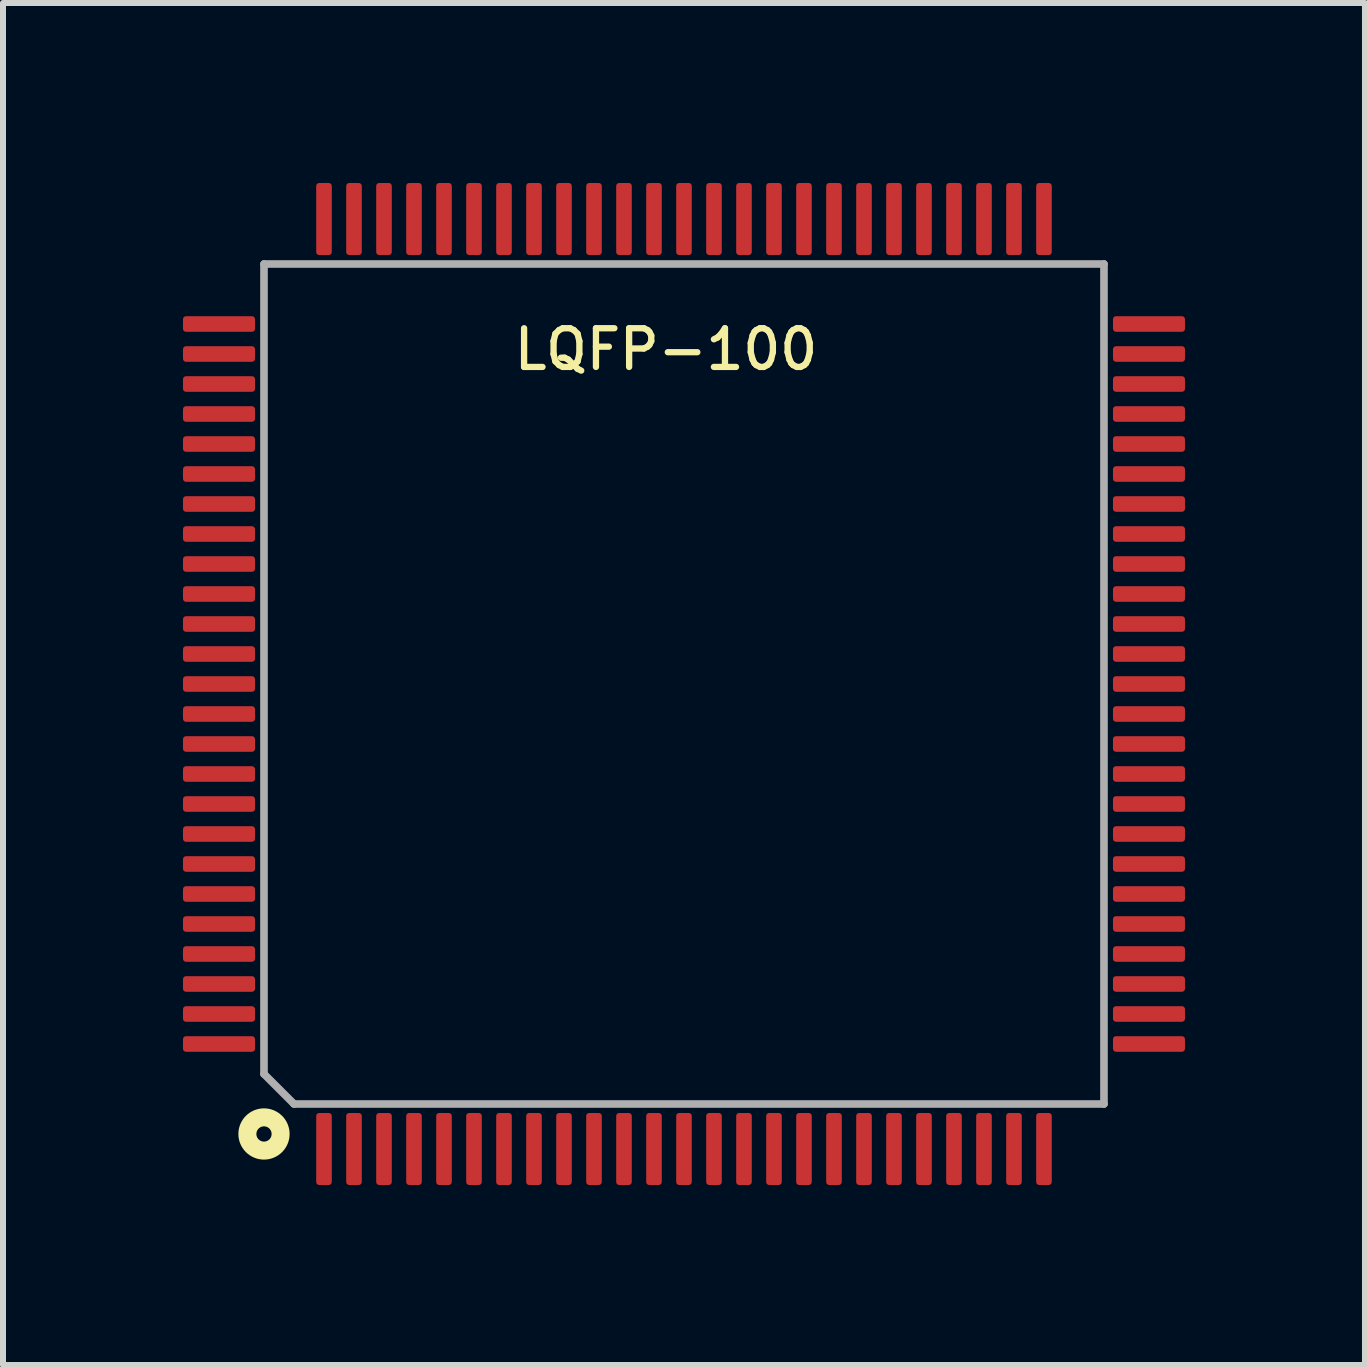
<source format=kicad_pcb>
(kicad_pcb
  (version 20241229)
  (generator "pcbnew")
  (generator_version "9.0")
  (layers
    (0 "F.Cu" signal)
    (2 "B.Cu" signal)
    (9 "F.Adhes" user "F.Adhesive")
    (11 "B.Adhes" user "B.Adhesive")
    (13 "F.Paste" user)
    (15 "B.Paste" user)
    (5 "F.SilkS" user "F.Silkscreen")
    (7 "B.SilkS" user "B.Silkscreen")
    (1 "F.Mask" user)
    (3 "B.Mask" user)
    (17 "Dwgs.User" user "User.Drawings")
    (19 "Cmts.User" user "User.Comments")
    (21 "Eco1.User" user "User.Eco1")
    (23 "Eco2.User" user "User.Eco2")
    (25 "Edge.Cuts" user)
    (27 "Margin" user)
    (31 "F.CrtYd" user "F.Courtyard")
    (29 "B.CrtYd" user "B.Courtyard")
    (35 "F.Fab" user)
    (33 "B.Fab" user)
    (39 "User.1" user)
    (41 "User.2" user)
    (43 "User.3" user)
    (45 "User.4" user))
  (footprint "LQFP-100"
    (layer "F.Cu")
    (at 8.35 8.35)
    (property "Reference" "LQFP-100" (at -0.3 -5.2 0) (layer "F.SilkS") (effects (font (size 0.645 0.645) (thickness 0.105)) (justify bottom)))
    (fp_circle (center -7 7.5) (end -6.873 7.5) (stroke (width 0.3) (type solid)) (fill no) (layer "F.SilkS"))
    (fp_line (start -7 -7) (end 7 -7) (stroke (width 0.127) (type solid)) (layer "F.Fab"))
    (fp_line (start -7 6.5) (end -7 -7) (stroke (width 0.127) (type solid)) (layer "F.Fab"))
    (fp_line (start -6.5 7) (end -7 6.5) (stroke (width 0.127) (type solid)) (layer "F.Fab"))
    (fp_line (start 7 -7) (end 7 7) (stroke (width 0.127) (type solid)) (layer "F.Fab"))
    (fp_line (start 7 7) (end -6.5 7) (stroke (width 0.127) (type solid)) (layer "F.Fab"))
    (pad "1" smd roundrect (at -6 7.75 180) (size 0.26 1.2) (layers "F.Cu" "F.Mask" "F.Paste") (roundrect_rratio 0.192))
    (pad "2" smd roundrect (at -5.5 7.75 180) (size 0.26 1.2) (layers "F.Cu" "F.Mask" "F.Paste") (roundrect_rratio 0.192))
    (pad "3" smd roundrect (at -5 7.75 180) (size 0.26 1.2) (layers "F.Cu" "F.Mask" "F.Paste") (roundrect_rratio 0.192))
    (pad "4" smd roundrect (at -4.5 7.75 180) (size 0.26 1.2) (layers "F.Cu" "F.Mask" "F.Paste") (roundrect_rratio 0.192))
    (pad "5" smd roundrect (at -4 7.75 180) (size 0.26 1.2) (layers "F.Cu" "F.Mask" "F.Paste") (roundrect_rratio 0.192))
    (pad "6" smd roundrect (at -3.5 7.75 180) (size 0.26 1.2) (layers "F.Cu" "F.Mask" "F.Paste") (roundrect_rratio 0.192))
    (pad "7" smd roundrect (at -3 7.75 180) (size 0.26 1.2) (layers "F.Cu" "F.Mask" "F.Paste") (roundrect_rratio 0.192))
    (pad "8" smd roundrect (at -2.5 7.75 180) (size 0.26 1.2) (layers "F.Cu" "F.Mask" "F.Paste") (roundrect_rratio 0.192))
    (pad "9" smd roundrect (at -2 7.75 180) (size 0.26 1.2) (layers "F.Cu" "F.Mask" "F.Paste") (roundrect_rratio 0.192))
    (pad "10" smd roundrect (at -1.5 7.75 180) (size 0.26 1.2) (layers "F.Cu" "F.Mask" "F.Paste") (roundrect_rratio 0.192))
    (pad "11" smd roundrect (at -1 7.75 180) (size 0.26 1.2) (layers "F.Cu" "F.Mask" "F.Paste") (roundrect_rratio 0.192))
    (pad "12" smd roundrect (at -0.5 7.75 180) (size 0.26 1.2) (layers "F.Cu" "F.Mask" "F.Paste") (roundrect_rratio 0.192))
    (pad "13" smd roundrect (at 0 7.75 180) (size 0.26 1.2) (layers "F.Cu" "F.Mask" "F.Paste") (roundrect_rratio 0.192))
    (pad "14" smd roundrect (at 0.5 7.75 180) (size 0.26 1.2) (layers "F.Cu" "F.Mask" "F.Paste") (roundrect_rratio 0.192))
    (pad "15" smd roundrect (at 1 7.75 180) (size 0.26 1.2) (layers "F.Cu" "F.Mask" "F.Paste") (roundrect_rratio 0.192))
    (pad "16" smd roundrect (at 1.5 7.75 180) (size 0.26 1.2) (layers "F.Cu" "F.Mask" "F.Paste") (roundrect_rratio 0.192))
    (pad "17" smd roundrect (at 2 7.75 180) (size 0.26 1.2) (layers "F.Cu" "F.Mask" "F.Paste") (roundrect_rratio 0.192))
    (pad "18" smd roundrect (at 2.5 7.75 180) (size 0.26 1.2) (layers "F.Cu" "F.Mask" "F.Paste") (roundrect_rratio 0.192))
    (pad "19" smd roundrect (at 3 7.75 180) (size 0.26 1.2) (layers "F.Cu" "F.Mask" "F.Paste") (roundrect_rratio 0.192))
    (pad "20" smd roundrect (at 3.5 7.75 180) (size 0.26 1.2) (layers "F.Cu" "F.Mask" "F.Paste") (roundrect_rratio 0.192))
    (pad "21" smd roundrect (at 4 7.75 180) (size 0.26 1.2) (layers "F.Cu" "F.Mask" "F.Paste") (roundrect_rratio 0.192))
    (pad "22" smd roundrect (at 4.5 7.75 180) (size 0.26 1.2) (layers "F.Cu" "F.Mask" "F.Paste") (roundrect_rratio 0.192))
    (pad "23" smd roundrect (at 5 7.75 180) (size 0.26 1.2) (layers "F.Cu" "F.Mask" "F.Paste") (roundrect_rratio 0.192))
    (pad "24" smd roundrect (at 5.5 7.75 180) (size 0.26 1.2) (layers "F.Cu" "F.Mask" "F.Paste") (roundrect_rratio 0.192))
    (pad "25" smd roundrect (at 6 7.75 180) (size 0.26 1.2) (layers "F.Cu" "F.Mask" "F.Paste") (roundrect_rratio 0.192))
    (pad "26" smd roundrect (at 7.75 6 270) (size 0.26 1.2) (layers "F.Cu" "F.Mask" "F.Paste") (roundrect_rratio 0.192))
    (pad "27" smd roundrect (at 7.75 5.5 270) (size 0.26 1.2) (layers "F.Cu" "F.Mask" "F.Paste") (roundrect_rratio 0.192))
    (pad "28" smd roundrect (at 7.75 5 270) (size 0.26 1.2) (layers "F.Cu" "F.Mask" "F.Paste") (roundrect_rratio 0.192))
    (pad "29" smd roundrect (at 7.75 4.5 270) (size 0.26 1.2) (layers "F.Cu" "F.Mask" "F.Paste") (roundrect_rratio 0.192))
    (pad "30" smd roundrect (at 7.75 4 270) (size 0.26 1.2) (layers "F.Cu" "F.Mask" "F.Paste") (roundrect_rratio 0.192))
    (pad "31" smd roundrect (at 7.75 3.5 270) (size 0.26 1.2) (layers "F.Cu" "F.Mask" "F.Paste") (roundrect_rratio 0.192))
    (pad "32" smd roundrect (at 7.75 3 270) (size 0.26 1.2) (layers "F.Cu" "F.Mask" "F.Paste") (roundrect_rratio 0.192))
    (pad "33" smd roundrect (at 7.75 2.5 270) (size 0.26 1.2) (layers "F.Cu" "F.Mask" "F.Paste") (roundrect_rratio 0.192))
    (pad "34" smd roundrect (at 7.75 2 270) (size 0.26 1.2) (layers "F.Cu" "F.Mask" "F.Paste") (roundrect_rratio 0.192))
    (pad "35" smd roundrect (at 7.75 1.5 270) (size 0.26 1.2) (layers "F.Cu" "F.Mask" "F.Paste") (roundrect_rratio 0.192))
    (pad "36" smd roundrect (at 7.75 1 270) (size 0.26 1.2) (layers "F.Cu" "F.Mask" "F.Paste") (roundrect_rratio 0.192))
    (pad "37" smd roundrect (at 7.75 0.5 270) (size 0.26 1.2) (layers "F.Cu" "F.Mask" "F.Paste") (roundrect_rratio 0.192))
    (pad "38" smd roundrect (at 7.75 0 270) (size 0.26 1.2) (layers "F.Cu" "F.Mask" "F.Paste") (roundrect_rratio 0.192))
    (pad "39" smd roundrect (at 7.75 -0.5 270) (size 0.26 1.2) (layers "F.Cu" "F.Mask" "F.Paste") (roundrect_rratio 0.192))
    (pad "40" smd roundrect (at 7.75 -1 270) (size 0.26 1.2) (layers "F.Cu" "F.Mask" "F.Paste") (roundrect_rratio 0.192))
    (pad "41" smd roundrect (at 7.75 -1.5 270) (size 0.26 1.2) (layers "F.Cu" "F.Mask" "F.Paste") (roundrect_rratio 0.192))
    (pad "42" smd roundrect (at 7.75 -2 270) (size 0.26 1.2) (layers "F.Cu" "F.Mask" "F.Paste") (roundrect_rratio 0.192))
    (pad "43" smd roundrect (at 7.75 -2.5 270) (size 0.26 1.2) (layers "F.Cu" "F.Mask" "F.Paste") (roundrect_rratio 0.192))
    (pad "44" smd roundrect (at 7.75 -3 270) (size 0.26 1.2) (layers "F.Cu" "F.Mask" "F.Paste") (roundrect_rratio 0.192))
    (pad "45" smd roundrect (at 7.75 -3.5 270) (size 0.26 1.2) (layers "F.Cu" "F.Mask" "F.Paste") (roundrect_rratio 0.192))
    (pad "46" smd roundrect (at 7.75 -4 270) (size 0.26 1.2) (layers "F.Cu" "F.Mask" "F.Paste") (roundrect_rratio 0.192))
    (pad "47" smd roundrect (at 7.75 -4.5 270) (size 0.26 1.2) (layers "F.Cu" "F.Mask" "F.Paste") (roundrect_rratio 0.192))
    (pad "48" smd roundrect (at 7.75 -5 270) (size 0.26 1.2) (layers "F.Cu" "F.Mask" "F.Paste") (roundrect_rratio 0.192))
    (pad "49" smd roundrect (at 7.75 -5.5 270) (size 0.26 1.2) (layers "F.Cu" "F.Mask" "F.Paste") (roundrect_rratio 0.192))
    (pad "50" smd roundrect (at 7.75 -6 270) (size 0.26 1.2) (layers "F.Cu" "F.Mask" "F.Paste") (roundrect_rratio 0.192))
    (pad "51" smd roundrect (at 6 -7.75) (size 0.26 1.2) (layers "F.Cu" "F.Mask" "F.Paste") (roundrect_rratio 0.192))
    (pad "52" smd roundrect (at 5.5 -7.75) (size 0.26 1.2) (layers "F.Cu" "F.Mask" "F.Paste") (roundrect_rratio 0.192))
    (pad "53" smd roundrect (at 5 -7.75) (size 0.26 1.2) (layers "F.Cu" "F.Mask" "F.Paste") (roundrect_rratio 0.192))
    (pad "54" smd roundrect (at 4.5 -7.75) (size 0.26 1.2) (layers "F.Cu" "F.Mask" "F.Paste") (roundrect_rratio 0.192))
    (pad "55" smd roundrect (at 4 -7.75) (size 0.26 1.2) (layers "F.Cu" "F.Mask" "F.Paste") (roundrect_rratio 0.192))
    (pad "56" smd roundrect (at 3.5 -7.75) (size 0.26 1.2) (layers "F.Cu" "F.Mask" "F.Paste") (roundrect_rratio 0.192))
    (pad "57" smd roundrect (at 3 -7.75) (size 0.26 1.2) (layers "F.Cu" "F.Mask" "F.Paste") (roundrect_rratio 0.192))
    (pad "58" smd roundrect (at 2.5 -7.75) (size 0.26 1.2) (layers "F.Cu" "F.Mask" "F.Paste") (roundrect_rratio 0.192))
    (pad "59" smd roundrect (at 2 -7.75) (size 0.26 1.2) (layers "F.Cu" "F.Mask" "F.Paste") (roundrect_rratio 0.192))
    (pad "60" smd roundrect (at 1.5 -7.75) (size 0.26 1.2) (layers "F.Cu" "F.Mask" "F.Paste") (roundrect_rratio 0.192))
    (pad "61" smd roundrect (at 1 -7.75) (size 0.26 1.2) (layers "F.Cu" "F.Mask" "F.Paste") (roundrect_rratio 0.192))
    (pad "62" smd roundrect (at 0.5 -7.75) (size 0.26 1.2) (layers "F.Cu" "F.Mask" "F.Paste") (roundrect_rratio 0.192))
    (pad "63" smd roundrect (at 0 -7.75) (size 0.26 1.2) (layers "F.Cu" "F.Mask" "F.Paste") (roundrect_rratio 0.192))
    (pad "64" smd roundrect (at -0.5 -7.75) (size 0.26 1.2) (layers "F.Cu" "F.Mask" "F.Paste") (roundrect_rratio 0.192))
    (pad "65" smd roundrect (at -1 -7.75) (size 0.26 1.2) (layers "F.Cu" "F.Mask" "F.Paste") (roundrect_rratio 0.192))
    (pad "66" smd roundrect (at -1.5 -7.75) (size 0.26 1.2) (layers "F.Cu" "F.Mask" "F.Paste") (roundrect_rratio 0.192))
    (pad "67" smd roundrect (at -2 -7.75) (size 0.26 1.2) (layers "F.Cu" "F.Mask" "F.Paste") (roundrect_rratio 0.192))
    (pad "68" smd roundrect (at -2.5 -7.75) (size 0.26 1.2) (layers "F.Cu" "F.Mask" "F.Paste") (roundrect_rratio 0.192))
    (pad "69" smd roundrect (at -3 -7.75) (size 0.26 1.2) (layers "F.Cu" "F.Mask" "F.Paste") (roundrect_rratio 0.192))
    (pad "70" smd roundrect (at -3.5 -7.75) (size 0.26 1.2) (layers "F.Cu" "F.Mask" "F.Paste") (roundrect_rratio 0.192))
    (pad "71" smd roundrect (at -4 -7.75) (size 0.26 1.2) (layers "F.Cu" "F.Mask" "F.Paste") (roundrect_rratio 0.192))
    (pad "72" smd roundrect (at -4.5 -7.75) (size 0.26 1.2) (layers "F.Cu" "F.Mask" "F.Paste") (roundrect_rratio 0.192))
    (pad "73" smd roundrect (at -5 -7.75) (size 0.26 1.2) (layers "F.Cu" "F.Mask" "F.Paste") (roundrect_rratio 0.192))
    (pad "74" smd roundrect (at -5.5 -7.75) (size 0.26 1.2) (layers "F.Cu" "F.Mask" "F.Paste") (roundrect_rratio 0.192))
    (pad "75" smd roundrect (at -6 -7.75) (size 0.26 1.2) (layers "F.Cu" "F.Mask" "F.Paste") (roundrect_rratio 0.192))
    (pad "76" smd roundrect (at -7.75 -6 90) (size 0.26 1.2) (layers "F.Cu" "F.Mask" "F.Paste") (roundrect_rratio 0.192))
    (pad "77" smd roundrect (at -7.75 -5.5 90) (size 0.26 1.2) (layers "F.Cu" "F.Mask" "F.Paste") (roundrect_rratio 0.192))
    (pad "78" smd roundrect (at -7.75 -5 90) (size 0.26 1.2) (layers "F.Cu" "F.Mask" "F.Paste") (roundrect_rratio 0.192))
    (pad "79" smd roundrect (at -7.75 -4.5 90) (size 0.26 1.2) (layers "F.Cu" "F.Mask" "F.Paste") (roundrect_rratio 0.192))
    (pad "80" smd roundrect (at -7.75 -4 90) (size 0.26 1.2) (layers "F.Cu" "F.Mask" "F.Paste") (roundrect_rratio 0.192))
    (pad "81" smd roundrect (at -7.75 -3.5 90) (size 0.26 1.2) (layers "F.Cu" "F.Mask" "F.Paste") (roundrect_rratio 0.192))
    (pad "82" smd roundrect (at -7.75 -3 90) (size 0.26 1.2) (layers "F.Cu" "F.Mask" "F.Paste") (roundrect_rratio 0.192))
    (pad "83" smd roundrect (at -7.75 -2.5 90) (size 0.26 1.2) (layers "F.Cu" "F.Mask" "F.Paste") (roundrect_rratio 0.192))
    (pad "84" smd roundrect (at -7.75 -2 90) (size 0.26 1.2) (layers "F.Cu" "F.Mask" "F.Paste") (roundrect_rratio 0.192))
    (pad "85" smd roundrect (at -7.75 -1.5 90) (size 0.26 1.2) (layers "F.Cu" "F.Mask" "F.Paste") (roundrect_rratio 0.192))
    (pad "86" smd roundrect (at -7.75 -1 90) (size 0.26 1.2) (layers "F.Cu" "F.Mask" "F.Paste") (roundrect_rratio 0.192))
    (pad "87" smd roundrect (at -7.75 -0.5 90) (size 0.26 1.2) (layers "F.Cu" "F.Mask" "F.Paste") (roundrect_rratio 0.192))
    (pad "88" smd roundrect (at -7.75 0 90) (size 0.26 1.2) (layers "F.Cu" "F.Mask" "F.Paste") (roundrect_rratio 0.192))
    (pad "89" smd roundrect (at -7.75 0.5 90) (size 0.26 1.2) (layers "F.Cu" "F.Mask" "F.Paste") (roundrect_rratio 0.192))
    (pad "90" smd roundrect (at -7.75 1 90) (size 0.26 1.2) (layers "F.Cu" "F.Mask" "F.Paste") (roundrect_rratio 0.192))
    (pad "91" smd roundrect (at -7.75 1.5 90) (size 0.26 1.2) (layers "F.Cu" "F.Mask" "F.Paste") (roundrect_rratio 0.192))
    (pad "92" smd roundrect (at -7.75 2 90) (size 0.26 1.2) (layers "F.Cu" "F.Mask" "F.Paste") (roundrect_rratio 0.192))
    (pad "93" smd roundrect (at -7.75 2.5 90) (size 0.26 1.2) (layers "F.Cu" "F.Mask" "F.Paste") (roundrect_rratio 0.192))
    (pad "94" smd roundrect (at -7.75 3 90) (size 0.26 1.2) (layers "F.Cu" "F.Mask" "F.Paste") (roundrect_rratio 0.192))
    (pad "95" smd roundrect (at -7.75 3.5 90) (size 0.26 1.2) (layers "F.Cu" "F.Mask" "F.Paste") (roundrect_rratio 0.192))
    (pad "96" smd roundrect (at -7.75 4 90) (size 0.26 1.2) (layers "F.Cu" "F.Mask" "F.Paste") (roundrect_rratio 0.192))
    (pad "97" smd roundrect (at -7.75 4.5 90) (size 0.26 1.2) (layers "F.Cu" "F.Mask" "F.Paste") (roundrect_rratio 0.192))
    (pad "98" smd roundrect (at -7.75 5 90) (size 0.26 1.2) (layers "F.Cu" "F.Mask" "F.Paste") (roundrect_rratio 0.192))
    (pad "99" smd roundrect (at -7.75 5.5 90) (size 0.26 1.2) (layers "F.Cu" "F.Mask" "F.Paste") (roundrect_rratio 0.192))
    (pad "100" smd roundrect (at -7.75 6 90) (size 0.26 1.2) (layers "F.Cu" "F.Mask" "F.Paste") (roundrect_rratio 0.192)))
  (gr_rect
    (start -3 -3)
    (end 19.7 19.7)
    (stroke (width 0.1) (type default))
    (fill no)
    (layer "Edge.Cuts")))
</source>
